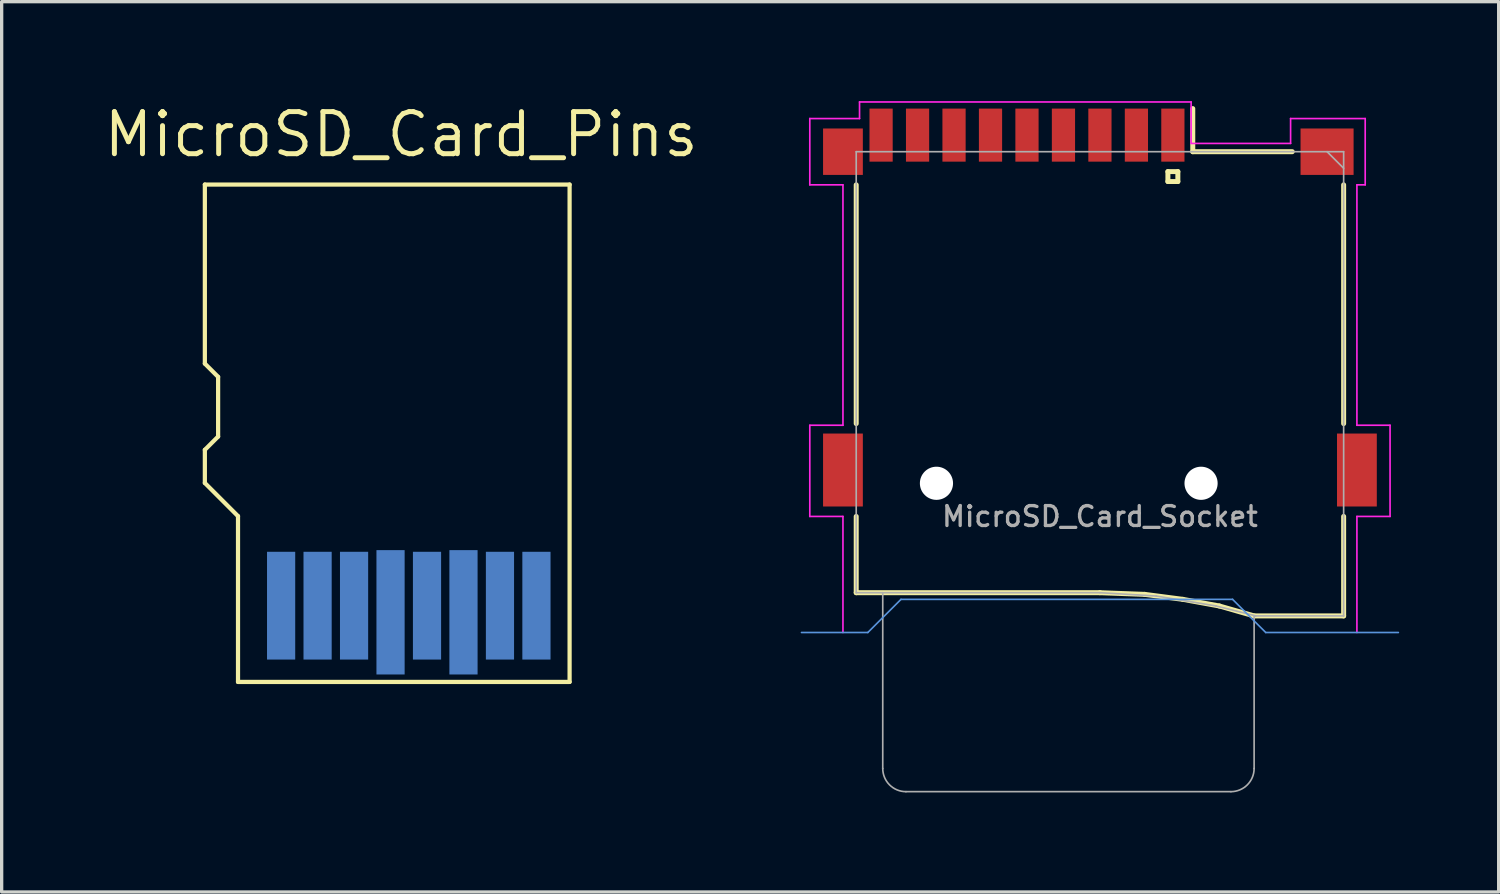
<source format=kicad_pcb>
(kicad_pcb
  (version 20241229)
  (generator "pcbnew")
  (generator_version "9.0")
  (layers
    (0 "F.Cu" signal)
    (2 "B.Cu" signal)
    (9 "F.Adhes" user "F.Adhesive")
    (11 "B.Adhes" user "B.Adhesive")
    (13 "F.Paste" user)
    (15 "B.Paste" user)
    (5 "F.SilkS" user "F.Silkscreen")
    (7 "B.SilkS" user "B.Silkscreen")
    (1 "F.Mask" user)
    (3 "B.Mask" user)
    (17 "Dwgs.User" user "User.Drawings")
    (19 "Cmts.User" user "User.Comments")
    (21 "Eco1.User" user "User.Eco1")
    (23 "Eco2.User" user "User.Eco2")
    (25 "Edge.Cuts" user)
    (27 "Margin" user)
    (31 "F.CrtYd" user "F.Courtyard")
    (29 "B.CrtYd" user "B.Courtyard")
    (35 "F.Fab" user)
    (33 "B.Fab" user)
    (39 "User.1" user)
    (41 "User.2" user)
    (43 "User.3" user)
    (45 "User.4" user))
  (footprint "MicroSD_Card_Pins"
    (layer "F.Cu")
    (at 9.048 9.896)
    (property "Reference" "MicroSD_Card_Pins" (at 0 -8.89 0) (layer "F.SilkS") (effects (font (size 1.27 1.27) (thickness 0.15))))
    (attr through_hole)
    (fp_line (start -5.92 -7.38) (end -5.92 -1.98) (stroke (width 0.127) (type solid)) (layer "F.SilkS"))
    (fp_line (start -5.92 -1.98) (end -5.52 -1.58) (stroke (width 0.127) (type solid)) (layer "F.SilkS"))
    (fp_line (start -5.92 0.62) (end -5.92 1.62) (stroke (width 0.127) (type solid)) (layer "F.SilkS"))
    (fp_line (start -5.92 1.62) (end -4.92 2.62) (stroke (width 0.127) (type solid)) (layer "F.SilkS"))
    (fp_line (start -5.52 -1.58) (end -5.52 0.22) (stroke (width 0.127) (type solid)) (layer "F.SilkS"))
    (fp_line (start -5.52 0.22) (end -5.92 0.62) (stroke (width 0.127) (type solid)) (layer "F.SilkS"))
    (fp_line (start -4.92 2.62) (end -4.92 7.62) (stroke (width 0.127) (type solid)) (layer "F.SilkS"))
    (fp_line (start -4.92 7.62) (end 5.08 7.62) (stroke (width 0.127) (type solid)) (layer "F.SilkS"))
    (fp_line (start 5.08 -7.38) (end -5.92 -7.38) (stroke (width 0.127) (type solid)) (layer "F.SilkS"))
    (fp_line (start 5.08 7.62) (end 5.08 -7.38) (stroke (width 0.127) (type solid)) (layer "F.SilkS"))
    (pad "1" smd rect (at -3.62 5.32) (size 0.85 3.25) (layers "B.Cu" "B.Mask" "B.Paste"))
    (pad "2" smd rect (at -2.52 5.32) (size 0.85 3.25) (layers "B.Cu" "B.Mask" "B.Paste"))
    (pad "3" smd rect (at -1.42 5.32) (size 0.85 3.25) (layers "B.Cu" "B.Mask" "B.Paste"))
    (pad "4" smd rect (at -0.32 5.52) (size 0.85 3.75) (layers "B.Cu" "B.Mask" "B.Paste"))
    (pad "5" smd rect (at 0.78 5.32) (size 0.85 3.25) (layers "B.Cu" "B.Mask" "B.Paste"))
    (pad "6" smd rect (at 1.88 5.52 180) (size 0.85 3.75) (layers "B.Cu" "B.Mask" "B.Paste"))
    (pad "7" smd rect (at 2.98 5.32) (size 0.85 3.25) (layers "B.Cu" "B.Mask" "B.Paste"))
    (pad "8" smd rect (at 4.08 5.32) (size 0.85 3.25) (layers "B.Cu" "B.Mask" "B.Paste")))
  (footprint "MicroSD_Card_Socket"
    (layer "F.Cu")
    (at 30.122 11.525)
    (property "Reference" "MicroSD_Card_Socket" (at 0 1 180) (layer "F.Fab") (effects (font (size 0.6 0.6) (thickness 0.1))))
    (attr through_hole)
    (fp_line (start -7.35 -1.8) (end -7.35 -9) (stroke (width 0.15) (type solid)) (layer "F.SilkS"))
    (fp_line (start -7.35 1) (end -7.35 3.3) (stroke (width 0.15) (type solid)) (layer "F.SilkS"))
    (fp_line (start -7.35 3.3) (end 0 3.3) (stroke (width 0.15) (type solid)) (layer "F.SilkS"))
    (fp_line (start 0 3.3) (end 1.35 3.35) (stroke (width 0.15) (type solid)) (layer "F.SilkS"))
    (fp_line (start 1.35 3.35) (end 2.5 3.5) (stroke (width 0.15) (type solid)) (layer "F.SilkS"))
    (fp_line (start 2.05 -9.4) (end 2.05 -9.1) (stroke (width 0.15) (type solid)) (layer "F.SilkS"))
    (fp_line (start 2.05 -9.1) (end 2.35 -9.1) (stroke (width 0.15) (type solid)) (layer "F.SilkS"))
    (fp_line (start 2.35 -9.4) (end 2.05 -9.4) (stroke (width 0.15) (type solid)) (layer "F.SilkS"))
    (fp_line (start 2.35 -9.1) (end 2.35 -9.4) (stroke (width 0.15) (type solid)) (layer "F.SilkS"))
    (fp_line (start 2.5 3.5) (end 3.6 3.7) (stroke (width 0.15) (type solid)) (layer "F.SilkS"))
    (fp_line (start 2.8 -10) (end 2.8 -11.3) (stroke (width 0.15) (type solid)) (layer "F.SilkS"))
    (fp_line (start 2.8 -10) (end 5.8 -10) (stroke (width 0.15) (type solid)) (layer "F.SilkS"))
    (fp_line (start 3.6 3.7) (end 4.65 4) (stroke (width 0.15) (type solid)) (layer "F.SilkS"))
    (fp_line (start 4.65 4) (end 7.35 4) (stroke (width 0.15) (type solid)) (layer "F.SilkS"))
    (fp_line (start 7.35 -9) (end 7.35 -1.8) (stroke (width 0.15) (type solid)) (layer "F.SilkS"))
    (fp_line (start 7.35 4) (end 7.35 1) (stroke (width 0.15) (type solid)) (layer "F.SilkS"))
    (fp_line (start -9 4.5) (end -7 4.5) (stroke (width 0.05) (type solid)) (layer "Cmts.User"))
    (fp_line (start -7 4.5) (end -6 3.5) (stroke (width 0.05) (type solid)) (layer "Cmts.User"))
    (fp_line (start -6 3.5) (end 4 3.5) (stroke (width 0.05) (type solid)) (layer "Cmts.User"))
    (fp_line (start 4 3.5) (end 5 4.5) (stroke (width 0.05) (type solid)) (layer "Cmts.User"))
    (fp_line (start 5 4.5) (end 9 4.5) (stroke (width 0.05) (type solid)) (layer "Cmts.User"))
    (fp_line (start -8.75 -11) (end -7.25 -11) (stroke (width 0.05) (type solid)) (layer "F.CrtYd"))
    (fp_line (start -8.75 -9) (end -8.75 -11) (stroke (width 0.05) (type solid)) (layer "F.CrtYd"))
    (fp_line (start -8.75 -1.75) (end -7.75 -1.75) (stroke (width 0.05) (type solid)) (layer "F.CrtYd"))
    (fp_line (start -8.75 1) (end -8.75 -1.75) (stroke (width 0.05) (type solid)) (layer "F.CrtYd"))
    (fp_line (start -7.75 -9) (end -8.75 -9) (stroke (width 0.05) (type solid)) (layer "F.CrtYd"))
    (fp_line (start -7.75 -1.75) (end -7.75 -9) (stroke (width 0.05) (type solid)) (layer "F.CrtYd"))
    (fp_line (start -7.75 1) (end -8.75 1) (stroke (width 0.05) (type solid)) (layer "F.CrtYd"))
    (fp_line (start -7.75 4.5) (end -7.75 1) (stroke (width 0.05) (type solid)) (layer "F.CrtYd"))
    (fp_line (start -7.25 -11.5) (end 2.75 -11.5) (stroke (width 0.05) (type solid)) (layer "F.CrtYd"))
    (fp_line (start -7.25 -11) (end -7.25 -11.5) (stroke (width 0.05) (type solid)) (layer "F.CrtYd"))
    (fp_line (start 2.75 -11.5) (end 2.75 -10.25) (stroke (width 0.05) (type solid)) (layer "F.CrtYd"))
    (fp_line (start 2.75 -10.25) (end 5.75 -10.25) (stroke (width 0.05) (type solid)) (layer "F.CrtYd"))
    (fp_line (start 5.75 -11) (end 8 -11) (stroke (width 0.05) (type solid)) (layer "F.CrtYd"))
    (fp_line (start 5.75 -10.25) (end 5.75 -11) (stroke (width 0.05) (type solid)) (layer "F.CrtYd"))
    (fp_line (start 7.75 -9) (end 7.75 -1.75) (stroke (width 0.05) (type solid)) (layer "F.CrtYd"))
    (fp_line (start 7.75 -1.75) (end 8.75 -1.75) (stroke (width 0.05) (type solid)) (layer "F.CrtYd"))
    (fp_line (start 7.75 1) (end 7.75 4.5) (stroke (width 0.05) (type solid)) (layer "F.CrtYd"))
    (fp_line (start 8 -11) (end 8 -9) (stroke (width 0.05) (type solid)) (layer "F.CrtYd"))
    (fp_line (start 8 -9) (end 7.75 -9) (stroke (width 0.05) (type solid)) (layer "F.CrtYd"))
    (fp_line (start 8.75 -1.75) (end 8.75 1) (stroke (width 0.05) (type solid)) (layer "F.CrtYd"))
    (fp_line (start 8.75 1) (end 7.75 1) (stroke (width 0.05) (type solid)) (layer "F.CrtYd"))
    (fp_line (start -7.35 -10) (end -7.35 3.3) (stroke (width 0.05) (type solid)) (layer "F.Fab"))
    (fp_line (start -7.35 -10) (end 7.35 -10) (stroke (width 0.05) (type solid)) (layer "F.Fab"))
    (fp_line (start -7.35 3.3) (end 0 3.3) (stroke (width 0.05) (type solid)) (layer "F.Fab"))
    (fp_line (start -6.55 8.6) (end -6.55 3.3) (stroke (width 0.05) (type solid)) (layer "F.Fab"))
    (fp_line (start -5.85 9.3) (end 3.95 9.3) (stroke (width 0.05) (type solid)) (layer "F.Fab"))
    (fp_line (start 0 3.3) (end 1.7 3.4) (stroke (width 0.05) (type solid)) (layer "F.Fab"))
    (fp_line (start 1.7 3.4) (end 3.5 3.7) (stroke (width 0.05) (type solid)) (layer "F.Fab"))
    (fp_line (start 3.5 3.7) (end 4.7 4) (stroke (width 0.05) (type solid)) (layer "F.Fab"))
    (fp_line (start 4.65 4) (end 7.35 4) (stroke (width 0.05) (type solid)) (layer "F.Fab"))
    (fp_line (start 4.65 8.6) (end 4.65 4) (stroke (width 0.05) (type solid)) (layer "F.Fab"))
    (fp_line (start 7.35 -10) (end 7.35 4) (stroke (width 0.05) (type solid)) (layer "F.Fab"))
    (fp_line (start 7.35 -9.5) (end 6.85 -10) (stroke (width 0.05) (type solid)) (layer "F.Fab"))
    (fp_arc (start -5.85 9.3) (mid -6.344975 9.094975) (end -6.55 8.6) (stroke (width 0.05) (type solid)) (layer "F.Fab"))
    (fp_arc (start 4.65 8.6) (mid 4.444975 9.094975) (end 3.95 9.3) (stroke (width 0.05) (type solid)) (layer "F.Fab"))
    (fp_text user "${REFERENCE}" (at 2.1 -9.35 180) (layer "Eco1.User") (effects (font (size 0.3 0.3) (thickness 0.03))))
    (pad "" np_thru_hole circle (at -4.93 0) (size 1 1) (drill 1) (layers "*.Cu"))
    (pad "" np_thru_hole circle (at 3.05 0) (size 1 1) (drill 1) (layers "*.Cu"))
    (pad "1" smd rect (at 2.2 -10.5) (size 0.7 1.6) (layers "F.Cu" "F.Mask" "F.Paste"))
    (pad "2" smd rect (at 1.1 -10.5) (size 0.7 1.6) (layers "F.Cu" "F.Mask" "F.Paste"))
    (pad "3" smd rect (at 0 -10.5) (size 0.7 1.6) (layers "F.Cu" "F.Mask" "F.Paste"))
    (pad "4" smd rect (at -1.1 -10.5) (size 0.7 1.6) (layers "F.Cu" "F.Mask" "F.Paste"))
    (pad "5" smd rect (at -2.2 -10.5) (size 0.7 1.6) (layers "F.Cu" "F.Mask" "F.Paste"))
    (pad "6" smd rect (at -7.75 -10) (size 1.2 1.4) (layers "F.Cu" "F.Mask" "F.Paste"))
    (pad "6" smd rect (at -7.75 -0.4) (size 1.2 2.2) (layers "F.Cu" "F.Mask" "F.Paste"))
    (pad "6" smd rect (at -3.3 -10.5) (size 0.7 1.6) (layers "F.Cu" "F.Mask" "F.Paste"))
    (pad "6" smd rect (at 6.85 -10) (size 1.6 1.4) (layers "F.Cu" "F.Mask" "F.Paste"))
    (pad "6" smd rect (at 7.75 -0.4) (size 1.2 2.2) (layers "F.Cu" "F.Mask" "F.Paste"))
    (pad "7" smd rect (at -4.4 -10.5) (size 0.7 1.6) (layers "F.Cu" "F.Mask" "F.Paste"))
    (pad "8" smd rect (at -5.5 -10.5) (size 0.7 1.6) (layers "F.Cu" "F.Mask" "F.Paste"))
    (pad "Cd" smd rect (at -6.6 -10.5) (size 0.7 1.6) (layers "F.Cu" "F.Mask" "F.Paste")))
  (gr_rect
    (start -3 -3)
    (end 42.147 23.85)
    (stroke (width 0.1) (type default))
    (fill no)
    (layer "Edge.Cuts")))
</source>
